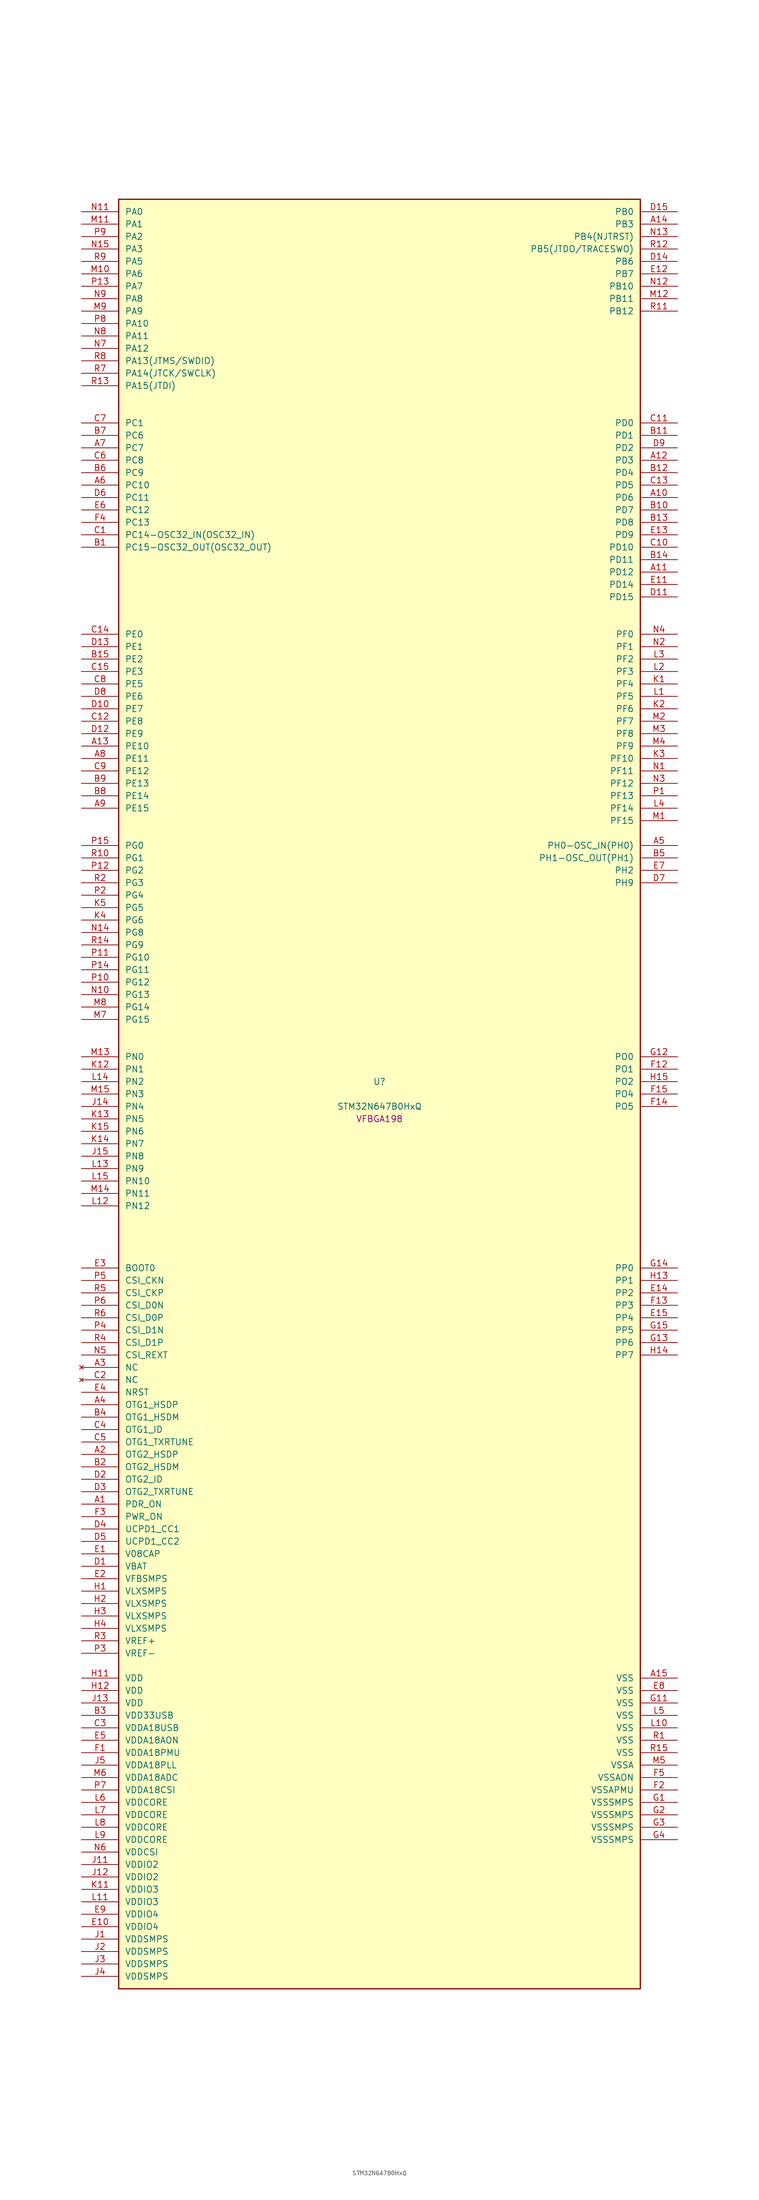
<source format=kicad_sym>
(kicad_symbol_lib
  (version 20241209)
  (generator "stm32_pkl_generator")
  (generator_version "1.0")
  (symbol "STM32N647B0HxQ"
    (pin_names
      (offset 1.27))
    (property "Reference" "U"
      (at 0 2.54 0))
    (property "Value" "STM32N647B0HxQ"
      (at 0 -2.54 0))
    (property "Footprint" "VFBGA198"
      (at 0 -5.08 0))
    (symbol "STM32N647B0HxQ_1_1"
      (rectangle (start -53.34 182.88) (end 53.34 -182.88) (stroke (width 0.254) (type solid)) (fill (type background)))
      (pin bidirectional line (at -60.96 180.34 0) (length 7.62) (name "PA0") (number "N11") (alternate "PA0/ADC1_INN1" bidirectional line) (alternate "PA0/ADC1_INP0" bidirectional line) (alternate "PA0/ADC2_INN1" bidirectional line) (alternate "PA0/ADC2_INP0" bidirectional line) (alternate "PA0/FMC_D7" bidirectional line) (alternate "PA0/FMC_DA7" bidirectional line) (alternate "PA0/HDP_HDP0" bidirectional line) (alternate "PA0/I2S6_WS" bidirectional line) (alternate "PA0/LTDC_G3" bidirectional line) (alternate "PA0/PWR_WKUP1" bidirectional line) (alternate "PA0/SAI2_SD_B" bidirectional line) (alternate "PA0/SPI6_NSS" bidirectional line) (alternate "PA0/TIM15_BKIN" bidirectional line) (alternate "PA0/TIM2_CH1" bidirectional line) (alternate "PA0/TIM5_CH1" bidirectional line) (alternate "PA0/TIM9_CH1" bidirectional line) (alternate "PA0/UART4_TX" bidirectional line) (alternate "PA0/USART2_CTS" bidirectional line) (alternate "PA0/USART2_NSS" bidirectional line))
      (pin bidirectional line (at -60.96 177.8 0) (length 7.62) (name "PA1") (number "M11") (alternate "PA1/ADC1_INP1" bidirectional line) (alternate "PA1/ADC2_INP1" bidirectional line) (alternate "PA1/DCMIPP_D0" bidirectional line) (alternate "PA1/DCMI_D0" bidirectional line) (alternate "PA1/FMC_D6" bidirectional line) (alternate "PA1/FMC_DA6" bidirectional line) (alternate "PA1/HDP_HDP1" bidirectional line) (alternate "PA1/LPTIM3_IN1" bidirectional line) (alternate "PA1/LTDC_G2" bidirectional line) (alternate "PA1/PSSI_D0" bidirectional line) (alternate "PA1/SAI2_MCLK_B" bidirectional line) (alternate "PA1/TIM15_CH1N" bidirectional line) (alternate "PA1/TIM2_CH2" bidirectional line) (alternate "PA1/TIM5_CH2" bidirectional line) (alternate "PA1/UART4_RX" bidirectional line) (alternate "PA1/USART2_RTS" bidirectional line))
      (pin bidirectional line (at -60.96 175.26 0) (length 7.62) (name "PA2") (number "P9") (alternate "PA2/ADC1_INP14" bidirectional line) (alternate "PA2/ADC2_INP14" bidirectional line) (alternate "PA2/FMC_D5" bidirectional line) (alternate "PA2/FMC_DA5" bidirectional line) (alternate "PA2/HDP_HDP2" bidirectional line) (alternate "PA2/LPTIM3_IN2" bidirectional line) (alternate "PA2/LTDC_B7" bidirectional line) (alternate "PA2/MDIOS_MDIO" bidirectional line) (alternate "PA2/PWR_WKUP2" bidirectional line) (alternate "PA2/SAI2_SCK_B" bidirectional line) (alternate "PA2/TIM15_CH1" bidirectional line) (alternate "PA2/TIM2_CH3" bidirectional line) (alternate "PA2/TIM5_CH3" bidirectional line) (alternate "PA2/USART2_TX" bidirectional line))
      (pin bidirectional line (at -60.96 172.72 0) (length 7.62) (name "PA3") (number "N15") (alternate "PA3/FMC_A17" bidirectional line) (alternate "PA3/FMC_ALE" bidirectional line) (alternate "PA3/SAI1_SD_B" bidirectional line) (alternate "PA3/SPI5_NSS" bidirectional line) (alternate "PA3/TIM16_CH1" bidirectional line) (alternate "PA3/UART7_RX" bidirectional line))
      (pin bidirectional line (at -60.96 170.18 0) (length 7.62) (name "PA5") (number "R9") (alternate "PA5/ADC2_INP18" bidirectional line) (alternate "PA5/DCMIPP_D8" bidirectional line) (alternate "PA5/DCMI_D8" bidirectional line) (alternate "PA5/FMC_NOE" bidirectional line) (alternate "PA5/HDP_HDP5" bidirectional line) (alternate "PA5/I2S1_CK" bidirectional line) (alternate "PA5/I2S6_CK" bidirectional line) (alternate "PA5/I3C1_SCL" bidirectional line) (alternate "PA5/LTDC_CLK" bidirectional line) (alternate "PA5/PSSI_D8" bidirectional line) (alternate "PA5/PWR_CSTOP" bidirectional line) (alternate "PA5/SPI1_SCK" bidirectional line) (alternate "PA5/SPI6_SCK" bidirectional line) (alternate "PA5/TIM10_CH1" bidirectional line) (alternate "PA5/TIM2_CH1" bidirectional line) (alternate "PA5/TIM2_ETR" bidirectional line) (alternate "PA5/TIM9_CH2" bidirectional line))
      (pin bidirectional line (at -60.96 167.64 0) (length 7.62) (name "PA6") (number "M10") (alternate "PA6/ADC1_INP3" bidirectional line) (alternate "PA6/ADC2_INP3" bidirectional line) (alternate "PA6/BOOT1" bidirectional line) (alternate "PA6/DCMIPP_PIXCLK" bidirectional line) (alternate "PA6/DCMI_PIXCLK" bidirectional line) (alternate "PA6/HDP_HDP6" bidirectional line) (alternate "PA6/I2S1_SDI" bidirectional line) (alternate "PA6/I2S6_SDI" bidirectional line) (alternate "PA6/I3C1_SDA" bidirectional line) (alternate "PA6/LPTIM3_ETR" bidirectional line) (alternate "PA6/LTDC_B7" bidirectional line) (alternate "PA6/LTDC_HSYNC" bidirectional line) (alternate "PA6/MDIOS_MDC" bidirectional line) (alternate "PA6/PSSI_PDCK" bidirectional line) (alternate "PA6/SPI1_MISO" bidirectional line) (alternate "PA6/SPI6_MISO" bidirectional line) (alternate "PA6/TIM13_CH1" bidirectional line) (alternate "PA6/TIM1_BKIN" bidirectional line) (alternate "PA6/TIM3_CH1" bidirectional line))
      (pin bidirectional line (at -60.96 165.1 0) (length 7.62) (name "PA7") (number "P13") (alternate "PA7/HDP_HDP7" bidirectional line) (alternate "PA7/I2S1_SDO" bidirectional line) (alternate "PA7/I2S6_SDO" bidirectional line) (alternate "PA7/LTDC_B1" bidirectional line) (alternate "PA7/LTDC_R4" bidirectional line) (alternate "PA7/SPI1_MOSI" bidirectional line) (alternate "PA7/SPI6_MOSI" bidirectional line) (alternate "PA7/TIM14_CH1" bidirectional line) (alternate "PA7/TIM1_CH1N" bidirectional line) (alternate "PA7/TIM3_CH2" bidirectional line) (alternate "PA7/USART1_RX" bidirectional line))
      (pin bidirectional line (at -60.96 162.56 0) (length 7.62) (name "PA8") (number "N9") (alternate "PA8/ADC1_INP5" bidirectional line) (alternate "PA8/ADC2_INP5" bidirectional line) (alternate "PA8/FMC_D4" bidirectional line) (alternate "PA8/FMC_DA4" bidirectional line) (alternate "PA8/HDP_HDP0" bidirectional line) (alternate "PA8/I2C3_SCL" bidirectional line) (alternate "PA8/I3C2_SCL" bidirectional line) (alternate "PA8/LTDC_B6" bidirectional line) (alternate "PA8/RCC_MCO_1" bidirectional line) (alternate "PA8/TIM11_CH1" bidirectional line) (alternate "PA8/TIM1_CH1" bidirectional line) (alternate "PA8/UART7_RX" bidirectional line) (alternate "PA8/USART1_CK" bidirectional line))
      (pin bidirectional line (at -60.96 160.02 0) (length 7.62) (name "PA9") (number "M9") (alternate "PA9/ADC1_INP10" bidirectional line) (alternate "PA9/ADC2_INP10" bidirectional line) (alternate "PA9/DCMIPP_D0" bidirectional line) (alternate "PA9/DCMI_D0" bidirectional line) (alternate "PA9/FMC_D3" bidirectional line) (alternate "PA9/FMC_DA3" bidirectional line) (alternate "PA9/HDP_HDP1" bidirectional line) (alternate "PA9/I2C3_SDA" bidirectional line) (alternate "PA9/I2S2_CK" bidirectional line) (alternate "PA9/I3C2_SDA" bidirectional line) (alternate "PA9/LPUART1_TX" bidirectional line) (alternate "PA9/LTDC_B5" bidirectional line) (alternate "PA9/PSSI_D0" bidirectional line) (alternate "PA9/SPI2_SCK" bidirectional line) (alternate "PA9/TIM1_CH2" bidirectional line) (alternate "PA9/USART1_TX" bidirectional line))
      (pin bidirectional line (at -60.96 157.48 0) (length 7.62) (name "PA10") (number "P8") (alternate "PA10/ADC1_INN10" bidirectional line) (alternate "PA10/ADC1_INP11" bidirectional line) (alternate "PA10/ADC2_INN10" bidirectional line) (alternate "PA10/ADC2_INP11" bidirectional line) (alternate "PA10/DCMIPP_D1" bidirectional line) (alternate "PA10/DCMI_D1" bidirectional line) (alternate "PA10/FMC_D2" bidirectional line) (alternate "PA10/FMC_DA2" bidirectional line) (alternate "PA10/HDP_HDP2" bidirectional line) (alternate "PA10/LPUART1_RX" bidirectional line) (alternate "PA10/LTDC_B4" bidirectional line) (alternate "PA10/MDIOS_MDIO" bidirectional line) (alternate "PA10/PSSI_D1" bidirectional line) (alternate "PA10/PWR_CSLEEP" bidirectional line) (alternate "PA10/TIM1_CH3" bidirectional line) (alternate "PA10/USART1_RX" bidirectional line))
      (pin bidirectional line (at -60.96 154.94 0) (length 7.62) (name "PA11") (number "N8") (alternate "PA11/ADC1_EXTI11" bidirectional line) (alternate "PA11/ADC1_INN11" bidirectional line) (alternate "PA11/ADC1_INP12" bidirectional line) (alternate "PA11/ADC2_EXTI11" bidirectional line) (alternate "PA11/ADC2_INN11" bidirectional line) (alternate "PA11/ADC2_INP12" bidirectional line) (alternate "PA11/FDCAN1_RX" bidirectional line) (alternate "PA11/FMC_D1" bidirectional line) (alternate "PA11/FMC_DA1" bidirectional line) (alternate "PA11/HDP_HDP3" bidirectional line) (alternate "PA11/I2S2_WS" bidirectional line) (alternate "PA11/LPUART1_CTS" bidirectional line) (alternate "PA11/LTDC_B3" bidirectional line) (alternate "PA11/SPI2_NSS" bidirectional line) (alternate "PA11/TIM1_CH4" bidirectional line) (alternate "PA11/UART4_RX" bidirectional line) (alternate "PA11/USART1_CTS" bidirectional line) (alternate "PA11/USART1_NSS" bidirectional line))
      (pin bidirectional line (at -60.96 152.4 0) (length 7.62) (name "PA12") (number "N7") (alternate "PA12/ADC1_INN12" bidirectional line) (alternate "PA12/ADC1_INP13" bidirectional line) (alternate "PA12/ADC2_INN12" bidirectional line) (alternate "PA12/ADC2_INP13" bidirectional line) (alternate "PA12/FDCAN1_TX" bidirectional line) (alternate "PA12/FMC_D0" bidirectional line) (alternate "PA12/FMC_DA0" bidirectional line) (alternate "PA12/HDP_HDP4" bidirectional line) (alternate "PA12/I2S2_CK" bidirectional line) (alternate "PA12/LPUART1_RTS" bidirectional line) (alternate "PA12/LTDC_B2" bidirectional line) (alternate "PA12/SAI2_FS_B" bidirectional line) (alternate "PA12/SPI2_SCK" bidirectional line) (alternate "PA12/TIM1_ETR" bidirectional line) (alternate "PA12/UART4_TX" bidirectional line) (alternate "PA12/USART1_RTS" bidirectional line))
      (pin bidirectional line (at -60.96 149.86 0) (length 7.62) (name "PA13(JTMS/SWDIO)") (number "R8") (alternate "PA13(JTMS/SWDIO)/DEBUG_JTMS-SWDIO" bidirectional line) (alternate "PA13(JTMS/SWDIO)/HDP_HDP5" bidirectional line))
      (pin bidirectional line (at -60.96 147.32 0) (length 7.62) (name "PA14(JTCK/SWCLK)") (number "R7") (alternate "PA14(JTCK/SWCLK)/DEBUG_JTCK-SWCLK" bidirectional line) (alternate "PA14(JTCK/SWCLK)/HDP_HDP6" bidirectional line))
      (pin bidirectional line (at -60.96 144.78 0) (length 7.62) (name "PA15(JTDI)") (number "R13") (alternate "PA15(JTDI)/ADC1_EXTI15" bidirectional line) (alternate "PA15(JTDI)/ADC2_EXTI15" bidirectional line) (alternate "PA15(JTDI)/DEBUG_JTDI" bidirectional line) (alternate "PA15(JTDI)/FMC_D15" bidirectional line) (alternate "PA15(JTDI)/FMC_DA15" bidirectional line) (alternate "PA15(JTDI)/HDP_HDP7" bidirectional line) (alternate "PA15(JTDI)/I2S1_WS" bidirectional line) (alternate "PA15(JTDI)/I2S3_WS" bidirectional line) (alternate "PA15(JTDI)/I2S6_WS" bidirectional line) (alternate "PA15(JTDI)/LTDC_R5" bidirectional line) (alternate "PA15(JTDI)/SPI1_NSS" bidirectional line) (alternate "PA15(JTDI)/SPI3_NSS" bidirectional line) (alternate "PA15(JTDI)/SPI6_NSS" bidirectional line) (alternate "PA15(JTDI)/TIM2_CH1" bidirectional line) (alternate "PA15(JTDI)/TIM2_ETR" bidirectional line) (alternate "PA15(JTDI)/UART4_DE" bidirectional line) (alternate "PA15(JTDI)/UART4_RTS" bidirectional line) (alternate "PA15(JTDI)/UART7_TX" bidirectional line))
      (pin bidirectional line (at 60.96 180.34 180) (length 7.62) (name "PB0") (number "D15") (alternate "PB0/ADF1_SDI0" bidirectional line) (alternate "PB0/DCMIPP_D4" bidirectional line) (alternate "PB0/DCMI_D4" bidirectional line) (alternate "PB0/DEBUG_TRACED1" bidirectional line) (alternate "PB0/FMC_D13" bidirectional line) (alternate "PB0/FMC_DA13" bidirectional line) (alternate "PB0/MDF1_SDI2" bidirectional line) (alternate "PB0/PSSI_D4" bidirectional line) (alternate "PB0/SAI1_D2" bidirectional line) (alternate "PB0/SAI1_FS_A" bidirectional line) (alternate "PB0/SPI4_NSS" bidirectional line) (alternate "PB0/TIM15_CH1N" bidirectional line) (alternate "PB0/TIM1_CH4" bidirectional line))
      (pin bidirectional line (at 60.96 177.8 180) (length 7.62) (name "PB3") (number "A14") (alternate "PB3/DEBUG_JTDO-SWO" bidirectional line) (alternate "PB3/DEBUG_TRACECLK" bidirectional line) (alternate "PB3/FMC_A23" bidirectional line) (alternate "PB3/FMC_NBL1" bidirectional line) (alternate "PB3/GFXTIM_FCKCAL" bidirectional line) (alternate "PB3/GFXTIM_LCKCAL" bidirectional line) (alternate "PB3/HDP_HDP0" bidirectional line) (alternate "PB3/MDF1_CKI1" bidirectional line) (alternate "PB3/SAI2_FS_B" bidirectional line) (alternate "PB3/TIM1_CH4N" bidirectional line) (alternate "PB3/USART1_CK" bidirectional line))
      (pin bidirectional line (at 60.96 175.26 180) (length 7.62) (name "PB4(NJTRST)") (number "N13") (alternate "PB4(NJTRST)/DCMIPP_VSYNC" bidirectional line) (alternate "PB4(NJTRST)/DCMI_VSYNC" bidirectional line) (alternate "PB4(NJTRST)/DEBUG_NJTRST" bidirectional line) (alternate "PB4(NJTRST)/FMC_D13" bidirectional line) (alternate "PB4(NJTRST)/FMC_DA13" bidirectional line) (alternate "PB4(NJTRST)/HDP_HDP4" bidirectional line) (alternate "PB4(NJTRST)/I2S1_SDI" bidirectional line) (alternate "PB4(NJTRST)/I2S2_WS" bidirectional line) (alternate "PB4(NJTRST)/I2S3_SDI" bidirectional line) (alternate "PB4(NJTRST)/I2S6_SDI" bidirectional line) (alternate "PB4(NJTRST)/LTDC_R3" bidirectional line) (alternate "PB4(NJTRST)/PSSI_RDY" bidirectional line) (alternate "PB4(NJTRST)/SPI1_MISO" bidirectional line) (alternate "PB4(NJTRST)/SPI2_NSS" bidirectional line) (alternate "PB4(NJTRST)/SPI3_MISO" bidirectional line) (alternate "PB4(NJTRST)/SPI6_MISO" bidirectional line) (alternate "PB4(NJTRST)/TIM16_BKIN" bidirectional line) (alternate "PB4(NJTRST)/TIM3_CH1" bidirectional line) (alternate "PB4(NJTRST)/UART7_TX" bidirectional line))
      (pin bidirectional line (at 60.96 172.72 180) (length 7.62) (name "PB5(JTDO/TRACESWO)") (number "R12") (alternate "PB5(JTDO/TRACESWO)/DCMIPP_D10" bidirectional line) (alternate "PB5(JTDO/TRACESWO)/DCMI_D10" bidirectional line) (alternate "PB5(JTDO/TRACESWO)/DEBUG_JTDO-SWO" bidirectional line) (alternate "PB5(JTDO/TRACESWO)/FDCAN2_RX" bidirectional line) (alternate "PB5(JTDO/TRACESWO)/FMC_D12" bidirectional line) (alternate "PB5(JTDO/TRACESWO)/FMC_DA12" bidirectional line) (alternate "PB5(JTDO/TRACESWO)/HDP_HDP5" bidirectional line) (alternate "PB5(JTDO/TRACESWO)/I2C1_SMBA" bidirectional line) (alternate "PB5(JTDO/TRACESWO)/I2S1_SDO" bidirectional line) (alternate "PB5(JTDO/TRACESWO)/I2S3_SDO" bidirectional line) (alternate "PB5(JTDO/TRACESWO)/I2S6_SDO" bidirectional line) (alternate "PB5(JTDO/TRACESWO)/LTDC_R2" bidirectional line) (alternate "PB5(JTDO/TRACESWO)/PSSI_D10" bidirectional line) (alternate "PB5(JTDO/TRACESWO)/SPI1_MOSI" bidirectional line) (alternate "PB5(JTDO/TRACESWO)/SPI3_MOSI" bidirectional line) (alternate "PB5(JTDO/TRACESWO)/SPI6_MOSI" bidirectional line) (alternate "PB5(JTDO/TRACESWO)/TIM17_BKIN" bidirectional line) (alternate "PB5(JTDO/TRACESWO)/TIM3_CH2" bidirectional line) (alternate "PB5(JTDO/TRACESWO)/UART5_RX" bidirectional line))
      (pin bidirectional line (at 60.96 170.18 180) (length 7.62) (name "PB6") (number "D14") (alternate "PB6/ADF1_CCK1" bidirectional line) (alternate "PB6/DCMIPP_D6" bidirectional line) (alternate "PB6/DCMI_D6" bidirectional line) (alternate "PB6/DEBUG_TRACED2" bidirectional line) (alternate "PB6/FMC_D14" bidirectional line) (alternate "PB6/FMC_DA14" bidirectional line) (alternate "PB6/MDF1_CCK1" bidirectional line) (alternate "PB6/PSSI_D6" bidirectional line) (alternate "PB6/SAI1_CK2" bidirectional line) (alternate "PB6/SAI1_SCK_A" bidirectional line) (alternate "PB6/SPI4_MISO" bidirectional line) (alternate "PB6/TIM15_CH1" bidirectional line))
      (pin bidirectional line (at 60.96 167.64 180) (length 7.62) (name "PB7") (number "E12") (alternate "PB7/ADF1_SDI0" bidirectional line) (alternate "PB7/DCMIPP_D7" bidirectional line) (alternate "PB7/DCMI_D7" bidirectional line) (alternate "PB7/DEBUG_TRACED3" bidirectional line) (alternate "PB7/FMC_D15" bidirectional line) (alternate "PB7/FMC_DA15" bidirectional line) (alternate "PB7/MDF1_SDI1" bidirectional line) (alternate "PB7/PSSI_D7" bidirectional line) (alternate "PB7/SAI1_D1" bidirectional line) (alternate "PB7/SAI1_SD_A" bidirectional line) (alternate "PB7/SAI2_MCLK_B" bidirectional line) (alternate "PB7/SPI4_MOSI" bidirectional line) (alternate "PB7/TIM15_CH2" bidirectional line) (alternate "PB7/TIM1_BKIN2" bidirectional line))
      (pin bidirectional line (at 60.96 165.1 180) (length 7.62) (name "PB10") (number "N12") (alternate "PB10/ADC1_INN4" bidirectional line) (alternate "PB10/ADC1_INP8" bidirectional line) (alternate "PB10/ADC2_INN4" bidirectional line) (alternate "PB10/ADC2_INP8" bidirectional line) (alternate "PB10/FMC_D11" bidirectional line) (alternate "PB10/FMC_DA11" bidirectional line) (alternate "PB10/HDP_HDP2" bidirectional line) (alternate "PB10/I2C2_SCL" bidirectional line) (alternate "PB10/I2S2_CK" bidirectional line) (alternate "PB10/I3C2_SCL" bidirectional line) (alternate "PB10/LPTIM2_IN1" bidirectional line) (alternate "PB10/LTDC_G7" bidirectional line) (alternate "PB10/SPI2_SCK" bidirectional line) (alternate "PB10/TIM2_CH3" bidirectional line) (alternate "PB10/USART3_TX" bidirectional line))
      (pin bidirectional line (at 60.96 162.56 180) (length 7.62) (name "PB11") (number "M12") (alternate "PB11/ADC1_EXTI11" bidirectional line) (alternate "PB11/ADC1_INP4" bidirectional line) (alternate "PB11/ADC2_EXTI11" bidirectional line) (alternate "PB11/ADC2_INP4" bidirectional line) (alternate "PB11/FMC_D10" bidirectional line) (alternate "PB11/FMC_DA10" bidirectional line) (alternate "PB11/HDP_HDP3" bidirectional line) (alternate "PB11/I2C2_SDA" bidirectional line) (alternate "PB11/I3C2_SDA" bidirectional line) (alternate "PB11/LPTIM2_ETR" bidirectional line) (alternate "PB11/LTDC_G6" bidirectional line) (alternate "PB11/TIM2_CH4" bidirectional line) (alternate "PB11/USART3_RX" bidirectional line))
      (pin bidirectional line (at 60.96 160.02 180) (length 7.62) (name "PB12") (number "R11") (alternate "PB12/FDCAN2_RX" bidirectional line) (alternate "PB12/FMC_D9" bidirectional line) (alternate "PB12/FMC_DA9" bidirectional line) (alternate "PB12/HDP_HDP4" bidirectional line) (alternate "PB12/I2C2_SMBA" bidirectional line) (alternate "PB12/I2S2_WS" bidirectional line) (alternate "PB12/LPTIM2_IN2" bidirectional line) (alternate "PB12/LTDC_G5" bidirectional line) (alternate "PB12/SPI2_NSS" bidirectional line) (alternate "PB12/TIM1_BKIN" bidirectional line) (alternate "PB12/UART5_RX" bidirectional line) (alternate "PB12/USART3_CK" bidirectional line))
      (pin bidirectional line (at -60.96 137.16 0) (length 7.62) (name "PC1") (number "C7") (alternate "PC1/DCMIPP_D7" bidirectional line) (alternate "PC1/DCMI_D7" bidirectional line) (alternate "PC1/FDCAN1_TX" bidirectional line) (alternate "PC1/HDP_HDP1" bidirectional line) (alternate "PC1/I2C1_SDA" bidirectional line) (alternate "PC1/I2S2_WS" bidirectional line) (alternate "PC1/I3C1_SDA" bidirectional line) (alternate "PC1/PSSI_D7" bidirectional line) (alternate "PC1/SDMMC1_CDIR" bidirectional line) (alternate "PC1/SDMMC1_D5" bidirectional line) (alternate "PC1/SPI2_NSS" bidirectional line) (alternate "PC1/TIM17_CH1" bidirectional line) (alternate "PC1/TIM4_CH4" bidirectional line) (alternate "PC1/UART4_TX" bidirectional line))
      (pin bidirectional line (at -60.96 134.62 0) (length 7.62) (name "PC6") (number "B7") (alternate "PC6/DCMIPP_D1" bidirectional line) (alternate "PC6/DCMI_D1" bidirectional line) (alternate "PC6/HDP_HDP6" bidirectional line) (alternate "PC6/I2S2_MCK" bidirectional line) (alternate "PC6/PSSI_D1" bidirectional line) (alternate "PC6/SDMMC1_D0DIR" bidirectional line) (alternate "PC6/SDMMC1_D6" bidirectional line) (alternate "PC6/TIM1_CH1" bidirectional line) (alternate "PC6/TIM3_CH1" bidirectional line) (alternate "PC6/TIM9_CH1" bidirectional line) (alternate "PC6/USART6_TX" bidirectional line))
      (pin bidirectional line (at -60.96 132.08 0) (length 7.62) (name "PC7") (number "A7") (alternate "PC7/DCMIPP_D1" bidirectional line) (alternate "PC7/DCMI_D1" bidirectional line) (alternate "PC7/DEBUG_TRGIO" bidirectional line) (alternate "PC7/HDP_HDP7" bidirectional line) (alternate "PC7/I2S3_MCK" bidirectional line) (alternate "PC7/PSSI_D1" bidirectional line) (alternate "PC7/SDMMC1_D123DIR" bidirectional line) (alternate "PC7/SDMMC1_D7" bidirectional line) (alternate "PC7/TIM16_CH1N" bidirectional line) (alternate "PC7/TIM3_CH2" bidirectional line) (alternate "PC7/TIM9_CH2" bidirectional line) (alternate "PC7/USART6_RX" bidirectional line))
      (pin bidirectional line (at -60.96 129.54 0) (length 7.62) (name "PC8") (number "C6") (alternate "PC8/DCMIPP_D2" bidirectional line) (alternate "PC8/DCMI_D2" bidirectional line) (alternate "PC8/DEBUG_TRACED1" bidirectional line) (alternate "PC8/FMC_NE4" bidirectional line) (alternate "PC8/HDP_HDP0" bidirectional line) (alternate "PC8/I2C3_SMBA" bidirectional line) (alternate "PC8/LTDC_B0" bidirectional line) (alternate "PC8/PSSI_D2" bidirectional line) (alternate "PC8/SDMMC1_D0" bidirectional line) (alternate "PC8/TIM3_CH3" bidirectional line) (alternate "PC8/UART5_DE" bidirectional line) (alternate "PC8/UART5_RTS" bidirectional line) (alternate "PC8/UCPD1_FRSTX1" bidirectional line) (alternate "PC8/USART6_CK" bidirectional line))
      (pin bidirectional line (at -60.96 127 0) (length 7.62) (name "PC9") (number "B6") (alternate "PC9/AUDIOCLK" bidirectional line) (alternate "PC9/DCMIPP_D3" bidirectional line) (alternate "PC9/DCMI_D3" bidirectional line) (alternate "PC9/HDP_HDP1" bidirectional line) (alternate "PC9/I2C3_SDA" bidirectional line) (alternate "PC9/LTDC_B3" bidirectional line) (alternate "PC9/PSSI_D3" bidirectional line) (alternate "PC9/RCC_MCO_2" bidirectional line) (alternate "PC9/SDMMC1_D1" bidirectional line) (alternate "PC9/TIM3_CH4" bidirectional line) (alternate "PC9/UART5_CTS" bidirectional line) (alternate "PC9/UCPD1_FRSTX2" bidirectional line) (alternate "PC9/USART6_RX" bidirectional line))
      (pin bidirectional line (at -60.96 124.46 0) (length 7.62) (name "PC10") (number "A6") (alternate "PC10/DCMIPP_D14" bidirectional line) (alternate "PC10/FMC_CLK" bidirectional line) (alternate "PC10/HDP_HDP2" bidirectional line) (alternate "PC10/I2C4_SCL" bidirectional line) (alternate "PC10/I2S3_CK" bidirectional line) (alternate "PC10/I3C2_SCL" bidirectional line) (alternate "PC10/PSSI_D14" bidirectional line) (alternate "PC10/SDMMC1_D2" bidirectional line) (alternate "PC10/SPI3_SCK" bidirectional line) (alternate "PC10/TIM1_BKIN" bidirectional line) (alternate "PC10/UART4_TX" bidirectional line) (alternate "PC10/USART3_TX" bidirectional line))
      (pin bidirectional line (at -60.96 121.92 0) (length 7.62) (name "PC11") (number "D6") (alternate "PC11/ADC1_EXTI11" bidirectional line) (alternate "PC11/ADC2_EXTI11" bidirectional line) (alternate "PC11/DCMIPP_D4" bidirectional line) (alternate "PC11/DCMI_D4" bidirectional line) (alternate "PC11/HDP_HDP3" bidirectional line) (alternate "PC11/I2C4_SDA" bidirectional line) (alternate "PC11/I2S3_SDI" bidirectional line) (alternate "PC11/I3C2_SDA" bidirectional line) (alternate "PC11/PSSI_D4" bidirectional line) (alternate "PC11/SDMMC1_D3" bidirectional line) (alternate "PC11/SPI3_MISO" bidirectional line) (alternate "PC11/UART4_RX" bidirectional line) (alternate "PC11/USART3_RX" bidirectional line))
      (pin bidirectional line (at -60.96 119.38 0) (length 7.62) (name "PC12") (number "E6") (alternate "PC12/DCMIPP_D9" bidirectional line) (alternate "PC12/DCMI_D9" bidirectional line) (alternate "PC12/DEBUG_TRACED3" bidirectional line) (alternate "PC12/FMC_NL" bidirectional line) (alternate "PC12/HDP_HDP4" bidirectional line) (alternate "PC12/I2S3_SDO" bidirectional line) (alternate "PC12/I2S6_CK" bidirectional line) (alternate "PC12/PSSI_D9" bidirectional line) (alternate "PC12/SDMMC1_CK" bidirectional line) (alternate "PC12/SPI3_MOSI" bidirectional line) (alternate "PC12/SPI6_SCK" bidirectional line) (alternate "PC12/TIM15_CH1" bidirectional line) (alternate "PC12/TIM1_CH4" bidirectional line) (alternate "PC12/UART5_TX" bidirectional line) (alternate "PC12/USART3_CK" bidirectional line))
      (pin bidirectional line (at -60.96 116.84 0) (length 7.62) (name "PC13") (number "F4") (alternate "PC13/HDP_HDP5" bidirectional line) (alternate "PC13/PWR_WKUP3" bidirectional line) (alternate "PC13/RTC_OUT1" bidirectional line) (alternate "PC13/RTC_TS" bidirectional line) (alternate "PC13/TAMP_IN1" bidirectional line) (alternate "PC13/TAMP_OUT2" bidirectional line))
      (pin bidirectional line (at -60.96 114.3 0) (length 7.62) (name "PC14-OSC32_IN(OSC32_IN)") (number "C1") (alternate "PC14-OSC32_IN(OSC32_IN)/RCC_OSC32_IN" bidirectional line))
      (pin bidirectional line (at -60.96 111.76 0) (length 7.62) (name "PC15-OSC32_OUT(OSC32_OUT)") (number "B1") (alternate "PC15-OSC32_OUT(OSC32_OUT)/ADC1_EXTI15" bidirectional line) (alternate "PC15-OSC32_OUT(OSC32_OUT)/ADC2_EXTI15" bidirectional line) (alternate "PC15-OSC32_OUT(OSC32_OUT)/RCC_OSC32_OUT" bidirectional line))
      (pin bidirectional line (at 60.96 137.16 180) (length 7.62) (name "PD0") (number "C11") (alternate "PD0/DCMIPP_HSYNC" bidirectional line) (alternate "PD0/DCMI_HSYNC" bidirectional line) (alternate "PD0/FDCAN1_RX" bidirectional line) (alternate "PD0/FMC_A6" bidirectional line) (alternate "PD0/FMC_A22" bidirectional line) (alternate "PD0/PSSI_DE" bidirectional line) (alternate "PD0/TIM1_ETR" bidirectional line) (alternate "PD0/UART4_RX" bidirectional line) (alternate "PD0/UART9_CTS" bidirectional line))
      (pin bidirectional line (at 60.96 134.62 180) (length 7.62) (name "PD1") (number "B11") (alternate "PD1/ETH1_MDC" bidirectional line) (alternate "PD1/FDCAN1_TX" bidirectional line) (alternate "PD1/FMC_A7" bidirectional line) (alternate "PD1/FMC_A23" bidirectional line) (alternate "PD1/UART4_TX" bidirectional line))
      (pin bidirectional line (at 60.96 132.08 180) (length 7.62) (name "PD2") (number "D9") (alternate "PD2/ADF1_SDI0" bidirectional line) (alternate "PD2/DEBUG_TRACED0" bidirectional line) (alternate "PD2/FMC_A0" bidirectional line) (alternate "PD2/FMC_A16" bidirectional line) (alternate "PD2/FMC_CLE" bidirectional line) (alternate "PD2/HDP_HDP1" bidirectional line) (alternate "PD2/I2S2_SDO" bidirectional line) (alternate "PD2/MDF1_SDI1" bidirectional line) (alternate "PD2/MDIOS_MDC" bidirectional line) (alternate "PD2/PWR_WKUP4" bidirectional line) (alternate "PD2/SAI1_D1" bidirectional line) (alternate "PD2/SAI1_SD_A" bidirectional line) (alternate "PD2/SPI2_MOSI" bidirectional line) (alternate "PD2/TIM15_CH1N" bidirectional line) (alternate "PD2/TIM1_CH3" bidirectional line))
      (pin bidirectional line (at 60.96 129.54 180) (length 7.62) (name "PD3") (number "A12") (alternate "PD3/DCMIPP_D14" bidirectional line) (alternate "PD3/ETH1_PHY_INTN" bidirectional line) (alternate "PD3/FMC_A10" bidirectional line) (alternate "PD3/I2C2_SMBA" bidirectional line) (alternate "PD3/PSSI_D14" bidirectional line) (alternate "PD3/USART6_CTS" bidirectional line))
      (pin bidirectional line (at 60.96 127 180) (length 7.62) (name "PD4") (number "B12") (alternate "PD4/DCMIPP_D9" bidirectional line) (alternate "PD4/DCMI_D9" bidirectional line) (alternate "PD4/FMC_A11" bidirectional line) (alternate "PD4/I2C2_SDA" bidirectional line) (alternate "PD4/PSSI_D9" bidirectional line) (alternate "PD4/SPI5_MISO" bidirectional line) (alternate "PD4/TAMP_IN7" bidirectional line) (alternate "PD4/TAMP_OUT8" bidirectional line) (alternate "PD4/TIM1_BKIN2" bidirectional line) (alternate "PD4/USART6_RTS" bidirectional line))
      (pin bidirectional line (at 60.96 124.46 180) (length 7.62) (name "PD5") (number "C13") (alternate "PD5/DCMIPP_PIXCLK" bidirectional line) (alternate "PD5/DCMI_PIXCLK" bidirectional line) (alternate "PD5/FMC_D6" bidirectional line) (alternate "PD5/FMC_DA6" bidirectional line) (alternate "PD5/PSSI_PDCK" bidirectional line) (alternate "PD5/TIM1_CH4N" bidirectional line) (alternate "PD5/USART2_TX" bidirectional line))
      (pin bidirectional line (at 60.96 121.92 180) (length 7.62) (name "PD6") (number "A10") (alternate "PD6/FMC_A1" bidirectional line) (alternate "PD6/FMC_A17" bidirectional line) (alternate "PD6/FMC_ALE" bidirectional line) (alternate "PD6/HDP_HDP2" bidirectional line) (alternate "PD6/I2S2_SDI" bidirectional line) (alternate "PD6/SPI2_MISO" bidirectional line) (alternate "PD6/TIM15_CH2" bidirectional line) (alternate "PD6/TIM1_CH1" bidirectional line))
      (pin bidirectional line (at 60.96 119.38 180) (length 7.62) (name "PD7") (number "B10") (alternate "PD7/DCMIPP_D0" bidirectional line) (alternate "PD7/DCMI_D0" bidirectional line) (alternate "PD7/FMC_A2" bidirectional line) (alternate "PD7/FMC_A18" bidirectional line) (alternate "PD7/HDP_HDP3" bidirectional line) (alternate "PD7/I2S2_SDO" bidirectional line) (alternate "PD7/I2S3_WS" bidirectional line) (alternate "PD7/PSSI_D0" bidirectional line) (alternate "PD7/SPI2_MOSI" bidirectional line) (alternate "PD7/SPI3_NSS" bidirectional line) (alternate "PD7/TIM15_CH1N" bidirectional line) (alternate "PD7/TIM1_CH2" bidirectional line))
      (pin bidirectional line (at 60.96 116.84 180) (length 7.62) (name "PD8") (number "B13") (alternate "PD8/DCMIPP_D11" bidirectional line) (alternate "PD8/DCMI_D11" bidirectional line) (alternate "PD8/FMC_NBL0" bidirectional line) (alternate "PD8/LTDC_R7" bidirectional line) (alternate "PD8/PSSI_D11" bidirectional line) (alternate "PD8/TAMP_IN3" bidirectional line) (alternate "PD8/TAMP_OUT4" bidirectional line) (alternate "PD8/USART3_TX" bidirectional line))
      (pin bidirectional line (at 60.96 114.3 180) (length 7.62) (name "PD9") (number "E13") (alternate "PD9/DCMIPP_D11" bidirectional line) (alternate "PD9/DCMI_D11" bidirectional line) (alternate "PD9/FMC_SDCLK" bidirectional line) (alternate "PD9/LTDC_R1" bidirectional line) (alternate "PD9/PSSI_D11" bidirectional line) (alternate "PD9/TAMP_IN5" bidirectional line) (alternate "PD9/TAMP_OUT6" bidirectional line) (alternate "PD9/USART3_RX" bidirectional line))
      (pin bidirectional line (at 60.96 111.76 180) (length 7.62) (name "PD10") (number "C10") (alternate "PD10/DEBUG_TRACECLK" bidirectional line) (alternate "PD10/FMC_A3" bidirectional line) (alternate "PD10/FMC_A19" bidirectional line) (alternate "PD10/GFXTIM_TE" bidirectional line) (alternate "PD10/HDP_HDP4" bidirectional line) (alternate "PD10/I2S1_MCK" bidirectional line) (alternate "PD10/MDF1_CKI3" bidirectional line) (alternate "PD10/SAI2_FS_B" bidirectional line) (alternate "PD10/TIM1_ETR" bidirectional line) (alternate "PD10/UCPD1_FRSTX1" bidirectional line))
      (pin bidirectional line (at 60.96 109.22 180) (length 7.62) (name "PD11") (number "B14") (alternate "PD11/ADC1_EXTI11" bidirectional line) (alternate "PD11/ADC2_EXTI11" bidirectional line) (alternate "PD11/DCMIPP_D15" bidirectional line) (alternate "PD11/FMC_D8" bidirectional line) (alternate "PD11/FMC_DA8" bidirectional line) (alternate "PD11/I2C4_SDA" bidirectional line) (alternate "PD11/I2S2_SDI" bidirectional line) (alternate "PD11/PSSI_D15" bidirectional line) (alternate "PD11/SDMMC1_D0" bidirectional line) (alternate "PD11/SPI2_MISO" bidirectional line) (alternate "PD11/UCPD1_FRSTX1" bidirectional line))
      (pin bidirectional line (at 60.96 106.68 180) (length 7.62) (name "PD12") (number "A11") (alternate "PD12/DCMIPP_D12" bidirectional line) (alternate "PD12/DCMI_D12" bidirectional line) (alternate "PD12/ETH1_MDIO" bidirectional line) (alternate "PD12/FMC_A5" bidirectional line) (alternate "PD12/FMC_A21" bidirectional line) (alternate "PD12/HDP_HDP5" bidirectional line) (alternate "PD12/MDF1_SDI3" bidirectional line) (alternate "PD12/PSSI_D12" bidirectional line) (alternate "PD12/SAI1_D3" bidirectional line) (alternate "PD12/UCPD1_FRSTX2" bidirectional line))
      (pin bidirectional line (at 60.96 104.14 180) (length 7.62) (name "PD14") (number "E11") (alternate "PD14/FMC_A9" bidirectional line) (alternate "PD14/I2C2_SCL" bidirectional line))
      (pin bidirectional line (at 60.96 101.6 180) (length 7.62) (name "PD15") (number "D11") (alternate "PD15/ADC1_EXTI15" bidirectional line) (alternate "PD15/ADC2_EXTI15" bidirectional line) (alternate "PD15/FMC_A8" bidirectional line) (alternate "PD15/I2C2_SDA" bidirectional line) (alternate "PD15/LTDC_R2" bidirectional line))
      (pin bidirectional line (at -60.96 93.98 0) (length 7.62) (name "PE0") (number "C14") (alternate "PE0/DCMIPP_D2" bidirectional line) (alternate "PE0/DCMI_D2" bidirectional line) (alternate "PE0/FMC_D9" bidirectional line) (alternate "PE0/FMC_DA9" bidirectional line) (alternate "PE0/LPTIM1_ETR" bidirectional line) (alternate "PE0/LPTIM2_ETR" bidirectional line) (alternate "PE0/PSSI_D2" bidirectional line) (alternate "PE0/SAI2_MCLK_A" bidirectional line) (alternate "PE0/TAMP_IN6" bidirectional line) (alternate "PE0/TAMP_OUT5" bidirectional line) (alternate "PE0/TIM4_ETR" bidirectional line) (alternate "PE0/UART8_RX" bidirectional line) (alternate "PE0/USART3_RX" bidirectional line))
      (pin bidirectional line (at -60.96 91.44 0) (length 7.62) (name "PE1") (number "D13") (alternate "PE1/DCMIPP_D8" bidirectional line) (alternate "PE1/DCMI_D8" bidirectional line) (alternate "PE1/FMC_D10" bidirectional line) (alternate "PE1/FMC_DA10" bidirectional line) (alternate "PE1/LPTIM1_IN2" bidirectional line) (alternate "PE1/LPTIM2_CH2" bidirectional line) (alternate "PE1/PSSI_D8" bidirectional line) (alternate "PE1/UART8_TX" bidirectional line) (alternate "PE1/USART3_TX" bidirectional line))
      (pin bidirectional line (at -60.96 88.9 0) (length 7.62) (name "PE2") (number "B15") (alternate "PE2/ADF1_CCK0" bidirectional line) (alternate "PE2/DEBUG_TRACECLK" bidirectional line) (alternate "PE2/FMC_D11" bidirectional line) (alternate "PE2/FMC_DA11" bidirectional line) (alternate "PE2/LPTIM5_IN1" bidirectional line) (alternate "PE2/MDF1_CCK0" bidirectional line) (alternate "PE2/SAI1_CK1" bidirectional line) (alternate "PE2/SAI1_MCLK_A" bidirectional line) (alternate "PE2/SPI4_SCK" bidirectional line) (alternate "PE2/TIM1_CH2N" bidirectional line) (alternate "PE2/UCPD1_FRSTX1" bidirectional line))
      (pin bidirectional line (at -60.96 86.36 0) (length 7.62) (name "PE3") (number "C15") (alternate "PE3/DEBUG_TRACED0" bidirectional line) (alternate "PE3/FMC_D12" bidirectional line) (alternate "PE3/FMC_DA12" bidirectional line) (alternate "PE3/LPTIM5_ETR" bidirectional line) (alternate "PE3/MDF1_CKI2" bidirectional line) (alternate "PE3/SAI1_SD_B" bidirectional line) (alternate "PE3/TIM15_BKIN" bidirectional line))
      (pin bidirectional line (at -60.96 83.82 0) (length 7.62) (name "PE5") (number "C8") (alternate "PE5/DCMIPP_D5" bidirectional line) (alternate "PE5/DCMI_D5" bidirectional line) (alternate "PE5/FDCAN2_TX" bidirectional line) (alternate "PE5/FMC_SDNE1" bidirectional line) (alternate "PE5/HDP_HDP6" bidirectional line) (alternate "PE5/I2C1_SCL" bidirectional line) (alternate "PE5/I3C1_SCL" bidirectional line) (alternate "PE5/LPUART1_TX" bidirectional line) (alternate "PE5/PSSI_D5" bidirectional line) (alternate "PE5/TIM16_CH1N" bidirectional line) (alternate "PE5/TIM4_CH1" bidirectional line) (alternate "PE5/UART5_TX" bidirectional line) (alternate "PE5/USART1_TX" bidirectional line))
      (pin bidirectional line (at -60.96 81.28 0) (length 7.62) (name "PE6") (number "D8") (alternate "PE6/DCMIPP_D1" bidirectional line) (alternate "PE6/DCMIPP_VSYNC" bidirectional line) (alternate "PE6/DCMI_D1" bidirectional line) (alternate "PE6/DCMI_VSYNC" bidirectional line) (alternate "PE6/FMC_SDCKE1" bidirectional line) (alternate "PE6/HDP_HDP7" bidirectional line) (alternate "PE6/I2C1_SDA" bidirectional line) (alternate "PE6/I3C1_SDA" bidirectional line) (alternate "PE6/LPUART1_RX" bidirectional line) (alternate "PE6/PSSI_D1" bidirectional line) (alternate "PE6/PSSI_RDY" bidirectional line) (alternate "PE6/TIM17_CH1N" bidirectional line) (alternate "PE6/TIM4_CH2" bidirectional line) (alternate "PE6/UART5_TX" bidirectional line) (alternate "PE6/USART1_RX" bidirectional line))
      (pin bidirectional line (at -60.96 78.74 0) (length 7.62) (name "PE7") (number "D10") (alternate "PE7/FMC_A4" bidirectional line) (alternate "PE7/FMC_A20" bidirectional line) (alternate "PE7/MDF1_CKI0" bidirectional line) (alternate "PE7/SAI2_SD_B" bidirectional line) (alternate "PE7/TIM1_ETR" bidirectional line) (alternate "PE7/UART7_RX" bidirectional line))
      (pin bidirectional line (at -60.96 76.2 0) (length 7.62) (name "PE8") (number "C12") (alternate "PE8/DCMIPP_D4" bidirectional line) (alternate "PE8/DCMI_D4" bidirectional line) (alternate "PE8/FMC_A12" bidirectional line) (alternate "PE8/MDF1_SDI0" bidirectional line) (alternate "PE8/PSSI_D4" bidirectional line) (alternate "PE8/TIM1_CH1N" bidirectional line) (alternate "PE8/UART7_TX" bidirectional line) (alternate "PE8/USART3_TX" bidirectional line))
      (pin bidirectional line (at -60.96 73.66 0) (length 7.62) (name "PE9") (number "D12") (alternate "PE9/FMC_A14" bidirectional line) (alternate "PE9/FMC_BA0" bidirectional line) (alternate "PE9/MDF1_CKI4" bidirectional line) (alternate "PE9/TIM1_CH1" bidirectional line) (alternate "PE9/UART7_RTS" bidirectional line))
      (pin bidirectional line (at -60.96 71.12 0) (length 7.62) (name "PE10") (number "A13") (alternate "PE10/DCMIPP_D3" bidirectional line) (alternate "PE10/DCMI_D3" bidirectional line) (alternate "PE10/DEBUG_TRACECLK" bidirectional line) (alternate "PE10/FMC_A15" bidirectional line) (alternate "PE10/FMC_BA1" bidirectional line) (alternate "PE10/MDF1_SDI4" bidirectional line) (alternate "PE10/PSSI_D3" bidirectional line) (alternate "PE10/TIM1_CH2N" bidirectional line) (alternate "PE10/UART7_CTS" bidirectional line) (alternate "PE10/USART3_RX" bidirectional line))
      (pin bidirectional line (at -60.96 68.58 0) (length 7.62) (name "PE11") (number "A8") (alternate "PE11/ADC1_EXTI11" bidirectional line) (alternate "PE11/ADC2_EXTI11" bidirectional line) (alternate "PE11/FDCAN3_TX" bidirectional line) (alternate "PE11/FMC_SDNWE" bidirectional line) (alternate "PE11/LTDC_VSYNC" bidirectional line) (alternate "PE11/MDF1_CKI5" bidirectional line) (alternate "PE11/SAI2_SD_B" bidirectional line) (alternate "PE11/SPI4_NSS" bidirectional line) (alternate "PE11/TIM1_CH2" bidirectional line))
      (pin bidirectional line (at -60.96 66.04 0) (length 7.62) (name "PE12") (number "C9") (alternate "PE12/FDCAN3_RX" bidirectional line) (alternate "PE12/FMC_SDNRAS" bidirectional line) (alternate "PE12/MDF1_SDI5" bidirectional line) (alternate "PE12/SAI2_SCK_B" bidirectional line) (alternate "PE12/SPI4_SCK" bidirectional line) (alternate "PE12/TIM1_CH3N" bidirectional line))
      (pin bidirectional line (at -60.96 63.5 0) (length 7.62) (name "PE13") (number "B9") (alternate "PE13/ADF1_CCK0" bidirectional line) (alternate "PE13/FMC_SDNCAS" bidirectional line) (alternate "PE13/I2C4_SCL" bidirectional line) (alternate "PE13/SAI2_FS_B" bidirectional line) (alternate "PE13/SPI4_MISO" bidirectional line) (alternate "PE13/TIM1_CH3" bidirectional line))
      (pin bidirectional line (at -60.96 60.96 0) (length 7.62) (name "PE14") (number "B8") (alternate "PE14/ADF1_CCK1" bidirectional line) (alternate "PE14/FMC_NWE" bidirectional line) (alternate "PE14/FMC_SDNE0" bidirectional line) (alternate "PE14/GFXTIM_FCKCAL" bidirectional line) (alternate "PE14/GFXTIM_LCKCAL" bidirectional line) (alternate "PE14/I2C4_SDA" bidirectional line) (alternate "PE14/SAI2_MCLK_B" bidirectional line) (alternate "PE14/SPI4_MOSI" bidirectional line) (alternate "PE14/TIM1_CH4" bidirectional line))
      (pin bidirectional line (at -60.96 58.42 0) (length 7.62) (name "PE15") (number "A9") (alternate "PE15/ADC1_EXTI15" bidirectional line) (alternate "PE15/ADC2_EXTI15" bidirectional line) (alternate "PE15/FMC_SDCKE0" bidirectional line) (alternate "PE15/GFXTIM_FCKCAL" bidirectional line) (alternate "PE15/GFXTIM_LCKCAL" bidirectional line) (alternate "PE15/I2C4_SMBA" bidirectional line) (alternate "PE15/SDMMC1_D0" bidirectional line) (alternate "PE15/SPI5_SCK" bidirectional line) (alternate "PE15/TIM1_BKIN" bidirectional line) (alternate "PE15/USART2_CK" bidirectional line))
      (pin bidirectional line (at 60.96 93.98 180) (length 7.62) (name "PF0") (number "N4") (alternate "PF0/DCMIPP_D9" bidirectional line) (alternate "PF0/DCMI_D9" bidirectional line) (alternate "PF0/ETH1_MII_TX_CLK" bidirectional line) (alternate "PF0/ETH1_RGMII_GTX_CLK" bidirectional line) (alternate "PF0/LPTIM5_OUT" bidirectional line) (alternate "PF0/PSSI_D9" bidirectional line) (alternate "PF0/TIM4_CH4" bidirectional line) (alternate "PF0/UART8_RTS" bidirectional line) (alternate "PF0/UART9_TX" bidirectional line) (alternate "PF0/UCPD1_FRSTX2" bidirectional line))
      (pin bidirectional line (at 60.96 91.44 180) (length 7.62) (name "PF1") (number "N2") (alternate "PF1/DCMIPP_D7" bidirectional line) (alternate "PF1/DCMI_D7" bidirectional line) (alternate "PF1/ETH1_TX_ER" bidirectional line) (alternate "PF1/LPTIM1_CH2" bidirectional line) (alternate "PF1/LPTIM2_CH1" bidirectional line) (alternate "PF1/PSSI_D7" bidirectional line) (alternate "PF1/TIM4_CH3" bidirectional line) (alternate "PF1/UART8_CTS" bidirectional line) (alternate "PF1/UART9_RX" bidirectional line) (alternate "PF1/UCPD1_FRSTX1" bidirectional line))
      (pin bidirectional line (at 60.96 88.9 180) (length 7.62) (name "PF2") (number "L3") (alternate "PF2/ETH1_RGMII_CLK125" bidirectional line) (alternate "PF2/FDCAN3_TX" bidirectional line) (alternate "PF2/FMC_NWAIT" bidirectional line) (alternate "PF2/I2S2_CK" bidirectional line) (alternate "PF2/LTDC_B1" bidirectional line) (alternate "PF2/SPI2_SCK" bidirectional line) (alternate "PF2/TIM1_CH3N" bidirectional line) (alternate "PF2/USART2_CTS" bidirectional line) (alternate "PF2/USART2_NSS" bidirectional line))
      (pin bidirectional line (at 60.96 86.36 180) (length 7.62) (name "PF3") (number "L2") (alternate "PF3/ADC1_INP16" bidirectional line) (alternate "PF3/DCMIPP_HSYNC" bidirectional line) (alternate "PF3/DCMI_HSYNC" bidirectional line) (alternate "PF3/ETH1_PPS_OUT" bidirectional line) (alternate "PF3/FDCAN3_RX" bidirectional line) (alternate "PF3/FMC_NL" bidirectional line) (alternate "PF3/LTDC_R4" bidirectional line) (alternate "PF3/PSSI_DE" bidirectional line) (alternate "PF3/USART2_RTS" bidirectional line))
      (pin bidirectional line (at 60.96 83.82 180) (length 7.62) (name "PF4") (number "K1") (alternate "PF4/ADC1_INP18" bidirectional line) (alternate "PF4/DCMIPP_HSYNC" bidirectional line) (alternate "PF4/DCMI_HSYNC" bidirectional line) (alternate "PF4/ETH1_MDIO" bidirectional line) (alternate "PF4/HDP_HDP4" bidirectional line) (alternate "PF4/I2S1_WS" bidirectional line) (alternate "PF4/I2S3_WS" bidirectional line) (alternate "PF4/I2S6_WS" bidirectional line) (alternate "PF4/LPTIM3_CH2" bidirectional line) (alternate "PF4/LTDC_R3" bidirectional line) (alternate "PF4/PSSI_DE" bidirectional line) (alternate "PF4/SPI1_NSS" bidirectional line) (alternate "PF4/SPI3_NSS" bidirectional line) (alternate "PF4/SPI6_NSS" bidirectional line) (alternate "PF4/TIM5_ETR" bidirectional line) (alternate "PF4/USART2_CK" bidirectional line))
      (pin bidirectional line (at 60.96 81.28 180) (length 7.62) (name "PF5") (number "L1") (alternate "PF5/DCMIPP_D6" bidirectional line) (alternate "PF5/DCMI_D6" bidirectional line) (alternate "PF5/ETH1_CLK" bidirectional line) (alternate "PF5/FMC_NE3" bidirectional line) (alternate "PF5/LPTIM2_IN2" bidirectional line) (alternate "PF5/LTDC_G0" bidirectional line) (alternate "PF5/PSSI_D6" bidirectional line) (alternate "PF5/SAI2_SD_A" bidirectional line) (alternate "PF5/TIM1_ETR" bidirectional line) (alternate "PF5/USART3_CTS" bidirectional line) (alternate "PF5/USART3_NSS" bidirectional line))
      (pin bidirectional line (at 60.96 78.74 180) (length 7.62) (name "PF6") (number "K2") (alternate "PF6/ADC1_INP15" bidirectional line) (alternate "PF6/ADC2_INP15" bidirectional line) (alternate "PF6/ETH1_MII_COL" bidirectional line) (alternate "PF6/GFXTIM_FCKCAL" bidirectional line) (alternate "PF6/GFXTIM_LCKCAL" bidirectional line) (alternate "PF6/HDP_HDP3" bidirectional line) (alternate "PF6/I2S6_MCK" bidirectional line) (alternate "PF6/LPTIM3_CH1" bidirectional line) (alternate "PF6/LTDC_DE" bidirectional line) (alternate "PF6/SPI1_RDY" bidirectional line) (alternate "PF6/SPI4_RDY" bidirectional line) (alternate "PF6/SPI5_RDY" bidirectional line) (alternate "PF6/TIM15_CH2" bidirectional line) (alternate "PF6/TIM1_CH3" bidirectional line) (alternate "PF6/TIM2_CH4" bidirectional line) (alternate "PF6/TIM5_CH4" bidirectional line) (alternate "PF6/USART2_RX" bidirectional line))
      (pin bidirectional line (at 60.96 76.2 180) (length 7.62) (name "PF7") (number "M2") (alternate "PF7/ADC1_INN5" bidirectional line) (alternate "PF7/ADC1_INP9" bidirectional line) (alternate "PF7/ADC2_INN5" bidirectional line) (alternate "PF7/ADC2_INP9" bidirectional line) (alternate "PF7/ETH1_MII_RX_CLK" bidirectional line) (alternate "PF7/ETH1_RGMII_RX_CLK" bidirectional line) (alternate "PF7/ETH1_RMII_REF_CLK" bidirectional line) (alternate "PF7/GFXTIM_TE" bidirectional line) (alternate "PF7/HDP_HDP0" bidirectional line) (alternate "PF7/I2S1_CK" bidirectional line) (alternate "PF7/LTDC_VSYNC" bidirectional line) (alternate "PF7/SPI1_SCK" bidirectional line) (alternate "PF7/TIM1_CH2N" bidirectional line) (alternate "PF7/TIM3_CH3" bidirectional line) (alternate "PF7/TIM9_CH1" bidirectional line) (alternate "PF7/UART4_CTS" bidirectional line))
      (pin bidirectional line (at 60.96 73.66 180) (length 7.62) (name "PF8") (number "M3") (alternate "PF8/DEBUG_TRACECLK" bidirectional line) (alternate "PF8/ETH1_MII_RXD2" bidirectional line) (alternate "PF8/ETH1_RGMII_RXD2" bidirectional line) (alternate "PF8/FMC_NWE" bidirectional line) (alternate "PF8/LTDC_R6" bidirectional line) (alternate "PF8/UART9_TX" bidirectional line))
      (pin bidirectional line (at 60.96 71.12 180) (length 7.62) (name "PF9") (number "M4") (alternate "PF9/DEBUG_TRACED0" bidirectional line) (alternate "PF9/ETH1_MII_RXD3" bidirectional line) (alternate "PF9/ETH1_RGMII_RXD3" bidirectional line) (alternate "PF9/LTDC_HSYNC" bidirectional line))
      (pin bidirectional line (at 60.96 68.58 180) (length 7.62) (name "PF10") (number "K3") (alternate "PF10/DCMIPP_D11" bidirectional line) (alternate "PF10/DCMIPP_D15" bidirectional line) (alternate "PF10/DCMI_D11" bidirectional line) (alternate "PF10/ETH1_MII_RX_DV" bidirectional line) (alternate "PF10/ETH1_RGMII_RX_CTL" bidirectional line) (alternate "PF10/ETH1_RMII_CRS_DV" bidirectional line) (alternate "PF10/LTDC_R1" bidirectional line) (alternate "PF10/MDF1_SDI3" bidirectional line) (alternate "PF10/PSSI_D11" bidirectional line) (alternate "PF10/PSSI_D15" bidirectional line) (alternate "PF10/SAI1_D3" bidirectional line) (alternate "PF10/TIM16_BKIN" bidirectional line) (alternate "PF10/UART7_RX" bidirectional line) (alternate "PF10/UCPD1_FRSTX1" bidirectional line))
      (pin bidirectional line (at 60.96 66.04 180) (length 7.62) (name "PF11") (number "N1") (alternate "PF11/ADC1_EXTI11" bidirectional line) (alternate "PF11/ADC1_INP2" bidirectional line) (alternate "PF11/ADC2_EXTI11" bidirectional line) (alternate "PF11/DCMIPP_D15" bidirectional line) (alternate "PF11/ETH1_MII_TX_EN" bidirectional line) (alternate "PF11/ETH1_RGMII_TX_CTL" bidirectional line) (alternate "PF11/ETH1_RMII_TX_EN" bidirectional line) (alternate "PF11/LTDC_B0" bidirectional line) (alternate "PF11/PSSI_D15" bidirectional line) (alternate "PF11/SAI2_SD_B" bidirectional line) (alternate "PF11/SPI5_MOSI" bidirectional line))
      (pin bidirectional line (at 60.96 63.5 180) (length 7.62) (name "PF12") (number "N3") (alternate "PF12/ADC1_INN2" bidirectional line) (alternate "PF12/ADC1_INP6" bidirectional line) (alternate "PF12/DCMIPP_D13" bidirectional line) (alternate "PF12/DCMI_D13" bidirectional line) (alternate "PF12/ETH1_MII_TXD0" bidirectional line) (alternate "PF12/ETH1_RGMII_TXD0" bidirectional line) (alternate "PF12/ETH1_RMII_TXD0" bidirectional line) (alternate "PF12/PSSI_D13" bidirectional line) (alternate "PF12/SPI5_MISO" bidirectional line) (alternate "PF12/USART1_RX" bidirectional line))
      (pin bidirectional line (at 60.96 60.96 180) (length 7.62) (name "PF13") (number "P1") (alternate "PF13/ADC2_INP2" bidirectional line) (alternate "PF13/DCMIPP_D10" bidirectional line) (alternate "PF13/DCMI_D10" bidirectional line) (alternate "PF13/ETH1_MII_TXD1" bidirectional line) (alternate "PF13/ETH1_RGMII_TXD1" bidirectional line) (alternate "PF13/ETH1_RMII_TXD1" bidirectional line) (alternate "PF13/PSSI_D10" bidirectional line) (alternate "PF13/SPI5_NSS" bidirectional line) (alternate "PF13/USART1_TX" bidirectional line))
      (pin bidirectional line (at 60.96 58.42 180) (length 7.62) (name "PF14") (number "L4") (alternate "PF14/ADC2_INN2" bidirectional line) (alternate "PF14/ADC2_INP6" bidirectional line) (alternate "PF14/ETH1_MII_RXD0" bidirectional line) (alternate "PF14/ETH1_RGMII_RXD0" bidirectional line) (alternate "PF14/ETH1_RMII_RXD0" bidirectional line) (alternate "PF14/LTDC_G0" bidirectional line) (alternate "PF14/SPI5_MOSI" bidirectional line) (alternate "PF14/TIM2_CH2" bidirectional line) (alternate "PF14/USART1_CTS" bidirectional line))
      (pin bidirectional line (at 60.96 55.88 180) (length 7.62) (name "PF15") (number "M1") (alternate "PF15/ADC1_EXTI15" bidirectional line) (alternate "PF15/ADC2_EXTI15" bidirectional line) (alternate "PF15/ETH1_MII_RXD1" bidirectional line) (alternate "PF15/ETH1_RGMII_RXD1" bidirectional line) (alternate "PF15/ETH1_RMII_RXD1" bidirectional line) (alternate "PF15/LTDC_G1" bidirectional line) (alternate "PF15/SPI5_SCK" bidirectional line) (alternate "PF15/USART1_RTS" bidirectional line))
      (pin bidirectional line (at -60.96 50.8 0) (length 7.62) (name "PG0") (number "P15") (alternate "PG0/ETH1_PHY_INTN" bidirectional line) (alternate "PG0/LTDC_R0" bidirectional line) (alternate "PG0/LTDC_VSYNC" bidirectional line) (alternate "PG0/TIM12_CH1" bidirectional line) (alternate "PG0/TIM1_CH4N" bidirectional line) (alternate "PG0/UART9_RX" bidirectional line))
      (pin bidirectional line (at -60.96 48.26 0) (length 7.62) (name "PG1") (number "R10") (alternate "PG1/DCMIPP_PIXCLK" bidirectional line) (alternate "PG1/DCMI_PIXCLK" bidirectional line) (alternate "PG1/FMC_A19" bidirectional line) (alternate "PG1/LTDC_G1" bidirectional line) (alternate "PG1/PSSI_PDCK" bidirectional line) (alternate "PG1/SAI1_SCK_B" bidirectional line) (alternate "PG1/SPI5_MISO" bidirectional line) (alternate "PG1/TIM13_CH1" bidirectional line) (alternate "PG1/TIM16_CH1N" bidirectional line) (alternate "PG1/UART7_RTS" bidirectional line))
      (pin bidirectional line (at -60.96 45.72 0) (length 7.62) (name "PG2") (number "P12") (alternate "PG2/DCMIPP_D6" bidirectional line) (alternate "PG2/DCMI_D6" bidirectional line) (alternate "PG2/FMC_A21" bidirectional line) (alternate "PG2/LTDC_R0" bidirectional line) (alternate "PG2/PSSI_D6" bidirectional line) (alternate "PG2/SAI1_FS_B" bidirectional line) (alternate "PG2/SAI2_MCLK_B" bidirectional line) (alternate "PG2/SPI5_MOSI" bidirectional line) (alternate "PG2/TIM14_CH1" bidirectional line) (alternate "PG2/TIM17_CH1N" bidirectional line) (alternate "PG2/UART7_CTS" bidirectional line) (alternate "PG2/USART3_RTS" bidirectional line))
      (pin bidirectional line (at -60.96 43.18 0) (length 7.62) (name "PG3") (number "R2") (alternate "PG3/DCMIPP_HSYNC" bidirectional line) (alternate "PG3/DCMI_HSYNC" bidirectional line) (alternate "PG3/DEBUG_TRACED1" bidirectional line) (alternate "PG3/ETH1_MII_TXD2" bidirectional line) (alternate "PG3/ETH1_RGMII_TXD2" bidirectional line) (alternate "PG3/PSSI_DE" bidirectional line) (alternate "PG3/USART2_TX" bidirectional line))
      (pin bidirectional line (at -60.96 40.64 0) (length 7.62) (name "PG4") (number "P2") (alternate "PG4/ETH1_MII_TXD3" bidirectional line) (alternate "PG4/ETH1_RGMII_TXD3" bidirectional line) (alternate "PG4/LTDC_B0" bidirectional line) (alternate "PG4/TIM1_BKIN2" bidirectional line))
      (pin bidirectional line (at -60.96 38.1 0) (length 7.62) (name "PG5") (number "K5") (alternate "PG5/ETH1_MII_RX_ER" bidirectional line) (alternate "PG5/LTDC_B1" bidirectional line) (alternate "PG5/TIM1_ETR" bidirectional line) (alternate "PG5/USART2_CTS" bidirectional line) (alternate "PG5/USART2_NSS" bidirectional line))
      (pin bidirectional line (at -60.96 35.56 0) (length 7.62) (name "PG6") (number "K4") (alternate "PG6/DCMIPP_D12" bidirectional line) (alternate "PG6/DCMI_D12" bidirectional line) (alternate "PG6/ETH1_MII_CRS" bidirectional line) (alternate "PG6/LTDC_B3" bidirectional line) (alternate "PG6/PSSI_D12" bidirectional line) (alternate "PG6/TIM17_BKIN" bidirectional line) (alternate "PG6/USART6_CK" bidirectional line))
      (pin bidirectional line (at -60.96 33.02 0) (length 7.62) (name "PG8") (number "N14") (alternate "PG8/FMC_A20" bidirectional line) (alternate "PG8/HDP_HDP7" bidirectional line) (alternate "PG8/I2S2_SDO" bidirectional line) (alternate "PG8/LTDC_G7" bidirectional line) (alternate "PG8/PWR_PVD_IN" bidirectional line) (alternate "PG8/RTC_REFIN" bidirectional line) (alternate "PG8/SAI1_SCK_B" bidirectional line) (alternate "PG8/SPI2_MOSI" bidirectional line) (alternate "PG8/TIM12_CH2" bidirectional line) (alternate "PG8/TIM1_CH3N" bidirectional line) (alternate "PG8/UART4_CTS" bidirectional line) (alternate "PG8/USART1_RX" bidirectional line))
      (pin bidirectional line (at -60.96 30.48 0) (length 7.62) (name "PG9") (number "R14") (alternate "PG9/FMC_D8" bidirectional line) (alternate "PG9/FMC_DA8" bidirectional line) (alternate "PG9/LTDC_R7" bidirectional line))
      (pin bidirectional line (at -60.96 27.94 0) (length 7.62) (name "PG10") (number "P11") (alternate "PG10/DCMIPP_D2" bidirectional line) (alternate "PG10/DCMI_D2" bidirectional line) (alternate "PG10/FDCAN2_TX" bidirectional line) (alternate "PG10/FMC_A16" bidirectional line) (alternate "PG10/FMC_CLE" bidirectional line) (alternate "PG10/HDP_HDP5" bidirectional line) (alternate "PG10/I2S2_CK" bidirectional line) (alternate "PG10/LPTIM2_CH1" bidirectional line) (alternate "PG10/LTDC_G4" bidirectional line) (alternate "PG10/PSSI_D2" bidirectional line) (alternate "PG10/SPI2_SCK" bidirectional line) (alternate "PG10/TIM1_CH1N" bidirectional line) (alternate "PG10/UART5_TX" bidirectional line) (alternate "PG10/USART3_CTS" bidirectional line) (alternate "PG10/USART3_NSS" bidirectional line))
      (pin bidirectional line (at -60.96 25.4 0) (length 7.62) (name "PG11") (number "P14") (alternate "PG11/ADC1_EXTI11" bidirectional line) (alternate "PG11/ADC2_EXTI11" bidirectional line) (alternate "PG11/ETH1_MDC" bidirectional line) (alternate "PG11/LTDC_R6" bidirectional line) (alternate "PG11/UART7_RX" bidirectional line))
      (pin bidirectional line (at -60.96 22.86 0) (length 7.62) (name "PG12") (number "P10") (alternate "PG12/FMC_A18" bidirectional line) (alternate "PG12/LTDC_G0" bidirectional line) (alternate "PG12/SAI1_MCLK_B" bidirectional line) (alternate "PG12/SPI5_SCK" bidirectional line) (alternate "PG12/TIM17_CH1" bidirectional line) (alternate "PG12/UART7_TX" bidirectional line))
      (pin bidirectional line (at -60.96 20.32 0) (length 7.62) (name "PG13") (number "N10") (alternate "PG13/DCMIPP_D12" bidirectional line) (alternate "PG13/DCMI_D12" bidirectional line) (alternate "PG13/FMC_NE1" bidirectional line) (alternate "PG13/LPTIM1_IN1" bidirectional line) (alternate "PG13/LPTIM2_IN1" bidirectional line) (alternate "PG13/LTDC_DE" bidirectional line) (alternate "PG13/PSSI_D12" bidirectional line) (alternate "PG13/SAI2_FS_A" bidirectional line) (alternate "PG13/TIM4_CH1" bidirectional line) (alternate "PG13/USART3_RTS" bidirectional line))
      (pin bidirectional line (at -60.96 17.78 0) (length 7.62) (name "PG14") (number "M8") (alternate "PG14/DCMIPP_D11" bidirectional line) (alternate "PG14/DCMI_D11" bidirectional line) (alternate "PG14/DEBUG_TRACED1" bidirectional line) (alternate "PG14/FMC_NCE" bidirectional line) (alternate "PG14/FMC_NE2" bidirectional line) (alternate "PG14/I2S6_SDO" bidirectional line) (alternate "PG14/LPTIM1_ETR" bidirectional line) (alternate "PG14/LTDC_B1" bidirectional line) (alternate "PG14/PSSI_D11" bidirectional line) (alternate "PG14/SPI6_MOSI" bidirectional line) (alternate "PG14/USART2_RTS" bidirectional line) (alternate "PG14/USART6_TX" bidirectional line))
      (pin bidirectional line (at -60.96 15.24 0) (length 7.62) (name "PG15") (number "M7") (alternate "PG15/ADC1_EXTI15" bidirectional line) (alternate "PG15/ADC1_INN3" bidirectional line) (alternate "PG15/ADC1_INP7" bidirectional line) (alternate "PG15/ADC2_EXTI15" bidirectional line) (alternate "PG15/ADC2_INN3" bidirectional line) (alternate "PG15/ADC2_INP7" bidirectional line) (alternate "PG15/DCMIPP_D4" bidirectional line) (alternate "PG15/DCMI_D4" bidirectional line) (alternate "PG15/ETH1_MII_RX_CLK" bidirectional line) (alternate "PG15/ETH1_RMII_REF_CLK" bidirectional line) (alternate "PG15/FMC_CLK" bidirectional line) (alternate "PG15/LTDC_B0" bidirectional line) (alternate "PG15/PSSI_D4" bidirectional line) (alternate "PG15/SPI1_RDY" bidirectional line) (alternate "PG15/SPI4_RDY" bidirectional line) (alternate "PG15/SPI5_RDY" bidirectional line) (alternate "PG15/TIM1_CH4" bidirectional line) (alternate "PG15/USART3_CK" bidirectional line))
      (pin bidirectional line (at 60.96 50.8 180) (length 7.62) (name "PH0-OSC_IN(PH0)") (number "A5") (alternate "PH0-OSC_IN(PH0)/RCC_OSC_IN" bidirectional line))
      (pin bidirectional line (at 60.96 48.26 180) (length 7.62) (name "PH1-OSC_OUT(PH1)") (number "B5") (alternate "PH1-OSC_OUT(PH1)/RCC_OSC_OUT" bidirectional line))
      (pin bidirectional line (at 60.96 45.72 180) (length 7.62) (name "PH2") (number "E7") (alternate "PH2/DCMIPP_D11" bidirectional line) (alternate "PH2/DCMI_D11" bidirectional line) (alternate "PH2/DEBUG_TRACED2" bidirectional line) (alternate "PH2/FDCAN1_TX" bidirectional line) (alternate "PH2/FMC_NE3" bidirectional line) (alternate "PH2/PSSI_D11" bidirectional line) (alternate "PH2/SDMMC1_CMD" bidirectional line) (alternate "PH2/TIM15_BKIN" bidirectional line) (alternate "PH2/TIM1_ETR" bidirectional line) (alternate "PH2/TIM3_ETR" bidirectional line) (alternate "PH2/UART5_RX" bidirectional line))
      (pin bidirectional line (at 60.96 43.18 180) (length 7.62) (name "PH9") (number "D7") (alternate "PH9/DCMIPP_D6" bidirectional line) (alternate "PH9/DCMI_D6" bidirectional line) (alternate "PH9/FDCAN1_RX" bidirectional line) (alternate "PH9/FMC_D9" bidirectional line) (alternate "PH9/FMC_DA9" bidirectional line) (alternate "PH9/HDP_HDP0" bidirectional line) (alternate "PH9/I2C1_SCL" bidirectional line) (alternate "PH9/I3C1_SCL" bidirectional line) (alternate "PH9/PSSI_D6" bidirectional line) (alternate "PH9/SDMMC1_CKIN" bidirectional line) (alternate "PH9/SDMMC1_D4" bidirectional line) (alternate "PH9/TIM16_CH1" bidirectional line) (alternate "PH9/TIM4_CH3" bidirectional line) (alternate "PH9/UART4_RX" bidirectional line) (alternate "PH9/USART3_CK" bidirectional line))
      (pin bidirectional line (at -60.96 7.62 0) (length 7.62) (name "PN0") (number "M13") (alternate "PN0/FMC_A25" bidirectional line) (alternate "PN0/XSPIM_P2_DQS0" bidirectional line))
      (pin bidirectional line (at -60.96 5.08 0) (length 7.62) (name "PN1") (number "K12") (alternate "PN1/FMC_A24" bidirectional line) (alternate "PN1/XSPIM_P2_NCS1" bidirectional line))
      (pin bidirectional line (at -60.96 2.54 0) (length 7.62) (name "PN2") (number "L14") (alternate "PN2/FMC_A23" bidirectional line) (alternate "PN2/XSPIM_P2_IO0" bidirectional line))
      (pin bidirectional line (at -60.96 0 0) (length 7.62) (name "PN3") (number "M15") (alternate "PN3/FMC_A22" bidirectional line) (alternate "PN3/XSPIM_P2_IO1" bidirectional line))
      (pin bidirectional line (at -60.96 -2.54 0) (length 7.62) (name "PN4") (number "J14") (alternate "PN4/XSPIM_P2_IO2" bidirectional line))
      (pin bidirectional line (at -60.96 -5.08 0) (length 7.62) (name "PN5") (number "K13") (alternate "PN5/XSPIM_P2_IO3" bidirectional line))
      (pin bidirectional line (at -60.96 -7.62 0) (length 7.62) (name "PN6") (number "K15") (alternate "PN6/XSPIM_P2_CLK" bidirectional line))
      (pin bidirectional line (at -60.96 -10.16 0) (length 7.62) (name "PN7") (number "K14") (alternate "PN7/XSPIM_P2_NCLK" bidirectional line))
      (pin bidirectional line (at -60.96 -12.7 0) (length 7.62) (name "PN8") (number "J15") (alternate "PN8/XSPIM_P2_IO4" bidirectional line))
      (pin bidirectional line (at -60.96 -15.24 0) (length 7.62) (name "PN9") (number "L13") (alternate "PN9/DCMIPP_D5" bidirectional line) (alternate "PN9/DCMI_D5" bidirectional line) (alternate "PN9/PSSI_D5" bidirectional line) (alternate "PN9/XSPIM_P2_IO5" bidirectional line))
      (pin bidirectional line (at -60.96 -17.78 0) (length 7.62) (name "PN10") (number "L15") (alternate "PN10/LTDC_B4" bidirectional line) (alternate "PN10/XSPIM_P2_IO6" bidirectional line))
      (pin bidirectional line (at -60.96 -20.32 0) (length 7.62) (name "PN11") (number "M14") (alternate "PN11/ADC1_EXTI11" bidirectional line) (alternate "PN11/ADC2_EXTI11" bidirectional line) (alternate "PN11/LTDC_B6" bidirectional line) (alternate "PN11/XSPIM_P2_IO7" bidirectional line))
      (pin bidirectional line (at -60.96 -22.86 0) (length 7.62) (name "PN12") (number "L12") (alternate "PN12/XSPIM_P2_NCS2" bidirectional line))
      (pin bidirectional line (at 60.96 7.62 180) (length 7.62) (name "PO0") (number "G12") (alternate "PO0/FMC_A22" bidirectional line) (alternate "PO0/XSPIM_P1_NCS1" bidirectional line))
      (pin bidirectional line (at 60.96 5.08 180) (length 7.62) (name "PO1") (number "F12") (alternate "PO1/FMC_A23" bidirectional line) (alternate "PO1/XSPIM_P1_NCS2" bidirectional line))
      (pin bidirectional line (at 60.96 2.54 180) (length 7.62) (name "PO2") (number "H15") (alternate "PO2/FMC_A24" bidirectional line) (alternate "PO2/LTDC_B7" bidirectional line) (alternate "PO2/XSPIM_P1_DQS0" bidirectional line))
      (pin bidirectional line (at 60.96 0 180) (length 7.62) (name "PO4") (number "F15") (alternate "PO4/FMC_A24" bidirectional line) (alternate "PO4/FMC_NBL2" bidirectional line) (alternate "PO4/LTDC_B4" bidirectional line) (alternate "PO4/XSPIM_P1_CLK" bidirectional line))
      (pin bidirectional line (at 60.96 -2.54 180) (length 7.62) (name "PO5") (number "F14") (alternate "PO5/FMC_A25" bidirectional line) (alternate "PO5/FMC_NBL3" bidirectional line) (alternate "PO5/XSPIM_P1_NCLK" bidirectional line))
      (pin input line (at -60.96 -35.56 0) (length 7.62) (name "BOOT0") (number "E3"))
      (pin bidirectional line (at -60.96 -38.1 0) (length 7.62) (name "CSI_CKN") (number "P5") (alternate "CSI_CKN/CSI_CKN" bidirectional line))
      (pin bidirectional line (at -60.96 -40.64 0) (length 7.62) (name "CSI_CKP") (number "R5") (alternate "CSI_CKP/CSI_CKP" bidirectional line))
      (pin bidirectional line (at -60.96 -43.18 0) (length 7.62) (name "CSI_D0N") (number "P6") (alternate "CSI_D0N/CSI_D0N" bidirectional line))
      (pin bidirectional line (at -60.96 -45.72 0) (length 7.62) (name "CSI_D0P") (number "R6") (alternate "CSI_D0P/CSI_D0P" bidirectional line))
      (pin bidirectional line (at -60.96 -48.26 0) (length 7.62) (name "CSI_D1N") (number "P4") (alternate "CSI_D1N/CSI_D1N" bidirectional line))
      (pin bidirectional line (at -60.96 -50.8 0) (length 7.62) (name "CSI_D1P") (number "R4") (alternate "CSI_D1P/CSI_D1P" bidirectional line))
      (pin bidirectional line (at -60.96 -53.34 0) (length 7.62) (name "CSI_REXT") (number "N5") (alternate "CSI_REXT/CSI_REXT" bidirectional line))
      (pin no_connect line (at -60.96 -55.88 0) (length 7.62) (name "NC") (number "A3"))
      (pin no_connect line (at -60.96 -58.42 0) (length 7.62) (name "NC") (number "C2"))
      (pin input line (at -60.96 -60.96 0) (length 7.62) (name "NRST") (number "E4"))
      (pin bidirectional line (at -60.96 -63.5 0) (length 7.62) (name "OTG1_HSDP") (number "A4") (alternate "OTG1_HSDP/USB1_OTG_HS_DP" bidirectional line))
      (pin bidirectional line (at -60.96 -66.04 0) (length 7.62) (name "OTG1_HSDM") (number "B4") (alternate "OTG1_HSDM/USB1_OTG_HS_DM" bidirectional line))
      (pin bidirectional line (at -60.96 -68.58 0) (length 7.62) (name "OTG1_ID") (number "C4") (alternate "OTG1_ID/USB1_OTG_HS_ID" bidirectional line))
      (pin bidirectional line (at -60.96 -71.12 0) (length 7.62) (name "OTG1_TXRTUNE") (number "C5"))
      (pin bidirectional line (at -60.96 -73.66 0) (length 7.62) (name "OTG2_HSDP") (number "A2") (alternate "OTG2_HSDP/USB2_OTG_HS_DP" bidirectional line))
      (pin bidirectional line (at -60.96 -76.2 0) (length 7.62) (name "OTG2_HSDM") (number "B2") (alternate "OTG2_HSDM/USB2_OTG_HS_DM" bidirectional line))
      (pin bidirectional line (at -60.96 -78.74 0) (length 7.62) (name "OTG2_ID") (number "D2") (alternate "OTG2_ID/USB2_OTG_HS_ID" bidirectional line))
      (pin bidirectional line (at -60.96 -81.28 0) (length 7.62) (name "OTG2_TXRTUNE") (number "D3"))
      (pin bidirectional line (at -60.96 -83.82 0) (length 7.62) (name "PDR_ON") (number "A1"))
      (pin bidirectional line (at -60.96 -86.36 0) (length 7.62) (name "PWR_ON") (number "F3"))
      (pin bidirectional line (at -60.96 -88.9 0) (length 7.62) (name "UCPD1_CC1") (number "D4") (alternate "UCPD1_CC1/UCPD1_CC1" bidirectional line))
      (pin bidirectional line (at -60.96 -91.44 0) (length 7.62) (name "UCPD1_CC2") (number "D5") (alternate "UCPD1_CC2/UCPD1_CC2" bidirectional line))
      (pin power_in line (at -60.96 -93.98 0) (length 7.62) (name "V08CAP") (number "E1"))
      (pin power_in line (at -60.96 -96.52 0) (length 7.62) (name "VBAT") (number "D1"))
      (pin power_in line (at -60.96 -99.06 0) (length 7.62) (name "VFBSMPS") (number "E2"))
      (pin power_in line (at -60.96 -101.6 0) (length 7.62) (name "VLXSMPS") (number "H1"))
      (pin power_in line (at -60.96 -104.14 0) (length 7.62) (name "VLXSMPS") (number "H2"))
      (pin power_in line (at -60.96 -106.68 0) (length 7.62) (name "VLXSMPS") (number "H3"))
      (pin power_in line (at -60.96 -109.22 0) (length 7.62) (name "VLXSMPS") (number "H4"))
      (pin bidirectional line (at -60.96 -111.76 0) (length 7.62) (name "VREF+") (number "R3"))
      (pin power_in line (at -60.96 -114.3 0) (length 7.62) (name "VREF-") (number "P3"))
      (pin bidirectional line (at 60.96 -35.56 180) (length 7.62) (name "PP0") (number "G14") (alternate "PP0/FMC_D16" bidirectional line) (alternate "PP0/XSPIM_P1_IO0" bidirectional line))
      (pin bidirectional line (at 60.96 -38.1 180) (length 7.62) (name "PP1") (number "H13") (alternate "PP1/FMC_D17" bidirectional line) (alternate "PP1/XSPIM_P1_IO1" bidirectional line))
      (pin bidirectional line (at 60.96 -40.64 180) (length 7.62) (name "PP2") (number "E14") (alternate "PP2/FMC_D18" bidirectional line) (alternate "PP2/XSPIM_P1_IO2" bidirectional line))
      (pin bidirectional line (at 60.96 -43.18 180) (length 7.62) (name "PP3") (number "F13") (alternate "PP3/FMC_D19" bidirectional line) (alternate "PP3/XSPIM_P1_IO3" bidirectional line))
      (pin bidirectional line (at 60.96 -45.72 180) (length 7.62) (name "PP4") (number "E15") (alternate "PP4/FMC_D20" bidirectional line) (alternate "PP4/XSPIM_P1_IO4" bidirectional line))
      (pin bidirectional line (at 60.96 -48.26 180) (length 7.62) (name "PP5") (number "G15") (alternate "PP5/FMC_D21" bidirectional line) (alternate "PP5/XSPIM_P1_IO5" bidirectional line))
      (pin bidirectional line (at 60.96 -50.8 180) (length 7.62) (name "PP6") (number "G13") (alternate "PP6/FMC_D22" bidirectional line) (alternate "PP6/XSPIM_P1_IO6" bidirectional line))
      (pin bidirectional line (at 60.96 -53.34 180) (length 7.62) (name "PP7") (number "H14") (alternate "PP7/FMC_D23" bidirectional line) (alternate "PP7/XSPIM_P1_IO7" bidirectional line))
      (pin power_in line (at -60.96 -119.38 0) (length 7.62) (name "VDD") (number "H11"))
      (pin power_in line (at -60.96 -121.92 0) (length 7.62) (name "VDD") (number "H12"))
      (pin power_in line (at -60.96 -124.46 0) (length 7.62) (name "VDD") (number "J13"))
      (pin power_in line (at -60.96 -127 0) (length 7.62) (name "VDD33USB") (number "B3"))
      (pin power_in line (at -60.96 -129.54 0) (length 7.62) (name "VDDA18USB") (number "C3"))
      (pin power_in line (at -60.96 -132.08 0) (length 7.62) (name "VDDA18AON") (number "E5"))
      (pin power_in line (at -60.96 -134.62 0) (length 7.62) (name "VDDA18PMU") (number "F1"))
      (pin power_in line (at -60.96 -137.16 0) (length 7.62) (name "VDDA18PLL") (number "J5"))
      (pin power_in line (at -60.96 -139.7 0) (length 7.62) (name "VDDA18ADC") (number "M6"))
      (pin power_in line (at -60.96 -142.24 0) (length 7.62) (name "VDDA18CSI") (number "P7"))
      (pin power_in line (at -60.96 -144.78 0) (length 7.62) (name "VDDCORE") (number "L6"))
      (pin power_in line (at -60.96 -147.32 0) (length 7.62) (name "VDDCORE") (number "L7"))
      (pin power_in line (at -60.96 -149.86 0) (length 7.62) (name "VDDCORE") (number "L8"))
      (pin power_in line (at -60.96 -152.4 0) (length 7.62) (name "VDDCORE") (number "L9"))
      (pin power_in line (at -60.96 -154.94 0) (length 7.62) (name "VDDCSI") (number "N6"))
      (pin power_in line (at -60.96 -157.48 0) (length 7.62) (name "VDDIO2") (number "J11"))
      (pin power_in line (at -60.96 -160.02 0) (length 7.62) (name "VDDIO2") (number "J12"))
      (pin power_in line (at -60.96 -162.56 0) (length 7.62) (name "VDDIO3") (number "K11"))
      (pin power_in line (at -60.96 -165.1 0) (length 7.62) (name "VDDIO3") (number "L11"))
      (pin power_in line (at -60.96 -167.64 0) (length 7.62) (name "VDDIO4") (number "E9"))
      (pin power_in line (at -60.96 -170.18 0) (length 7.62) (name "VDDIO4") (number "E10"))
      (pin power_in line (at -60.96 -172.72 0) (length 7.62) (name "VDDSMPS") (number "J1"))
      (pin power_in line (at -60.96 -175.26 0) (length 7.62) (name "VDDSMPS") (number "J2"))
      (pin power_in line (at -60.96 -177.8 0) (length 7.62) (name "VDDSMPS") (number "J3"))
      (pin power_in line (at -60.96 -180.34 0) (length 7.62) (name "VDDSMPS") (number "J4"))
      (pin power_in line (at 60.96 -119.38 180) (length 7.62) (name "VSS") (number "A15"))
      (pin power_in line (at 60.96 -121.92 180) (length 7.62) (name "VSS") (number "E8"))
      (pin power_in line (at 60.96 -124.46 180) (length 7.62) (name "VSS") (number "G11"))
      (pin power_in line (at 60.96 -127 180) (length 7.62) (name "VSS") (number "L5"))
      (pin power_in line (at 60.96 -129.54 180) (length 7.62) (name "VSS") (number "L10"))
      (pin power_in line (at 60.96 -132.08 180) (length 7.62) (name "VSS") (number "R1"))
      (pin power_in line (at 60.96 -134.62 180) (length 7.62) (name "VSS") (number "R15"))
      (pin power_in line (at 60.96 -137.16 180) (length 7.62) (name "VSSA") (number "M5"))
      (pin power_in line (at 60.96 -139.7 180) (length 7.62) (name "VSSAON") (number "F5"))
      (pin power_in line (at 60.96 -142.24 180) (length 7.62) (name "VSSAPMU") (number "F2"))
      (pin power_in line (at 60.96 -144.78 180) (length 7.62) (name "VSSSMPS") (number "G1"))
      (pin power_in line (at 60.96 -147.32 180) (length 7.62) (name "VSSSMPS") (number "G2"))
      (pin power_in line (at 60.96 -149.86 180) (length 7.62) (name "VSSSMPS") (number "G3"))
      (pin power_in line (at 60.96 -152.4 180) (length 7.62) (name "VSSSMPS") (number "G4")))))
</source>
